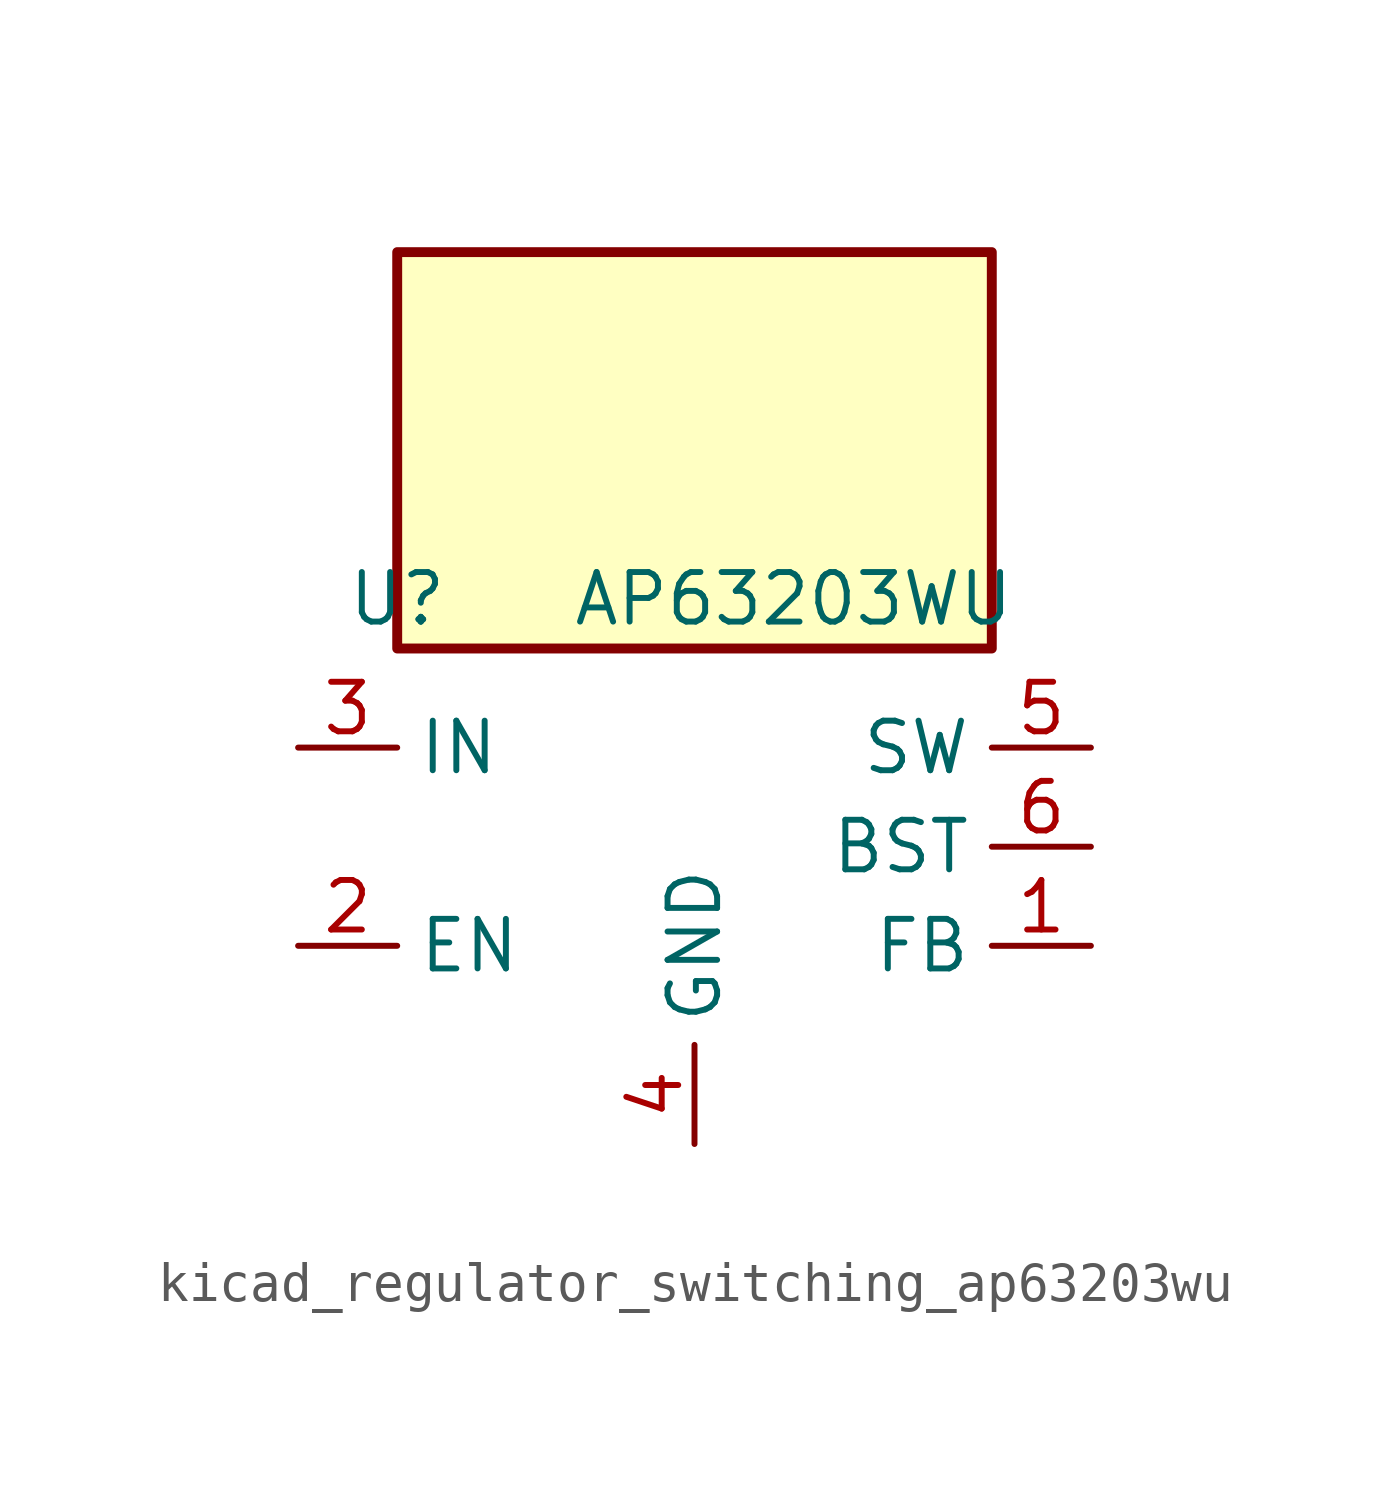
<source format=kicad_sym>
(kicad_symbol_lib
  (version 20220914)
  (generator kicad_symbol_editor)
  (symbol "kicad_regulator_switching_ap63203wu"
    (property "Reference" "U"
      (at -7.62 6.35 0)
      (effects (font (size 1.27 1.27))))
    (property "Value" "AP63203WU"
      (at 2.54 6.35 0)
      (effects (font (size 1.27 1.27))))
    (symbol "kicad_regulator_switching_ap63203wu_0_1"
      (rectangle (start 7.62 15.24) (end -7.62 5.08) (stroke (width 0.254) (type default)) (fill (type background))))
    (symbol "kicad_regulator_switching_ap63203wu_1_1"
      (pin input line (at 10.16 -2.54 180) (length 2.54) (name "FB" (effects (font (size 1.27 1.27)))) (number "1" (effects (font (size 1.27 1.27)))))
      (pin input line (at -10.16 -2.54 0) (length 2.54) (name "EN" (effects (font (size 1.27 1.27)))) (number "2" (effects (font (size 1.27 1.27)))))
      (pin power_in line (at -10.16 2.54 0) (length 2.54) (name "IN" (effects (font (size 1.27 1.27)))) (number "3" (effects (font (size 1.27 1.27)))))
      (pin power_in line (at 0 -7.62 90) (length 2.54) (name "GND" (effects (font (size 1.27 1.27)))) (number "4" (effects (font (size 1.27 1.27)))))
      (pin output line (at 10.16 2.54 180) (length 2.54) (name "SW" (effects (font (size 1.27 1.27)))) (number "5" (effects (font (size 1.27 1.27)))))
      (pin passive line (at 10.16 0 180) (length 2.54) (name "BST" (effects (font (size 1.27 1.27)))) (number "6" (effects (font (size 1.27 1.27))))))))
</source>
